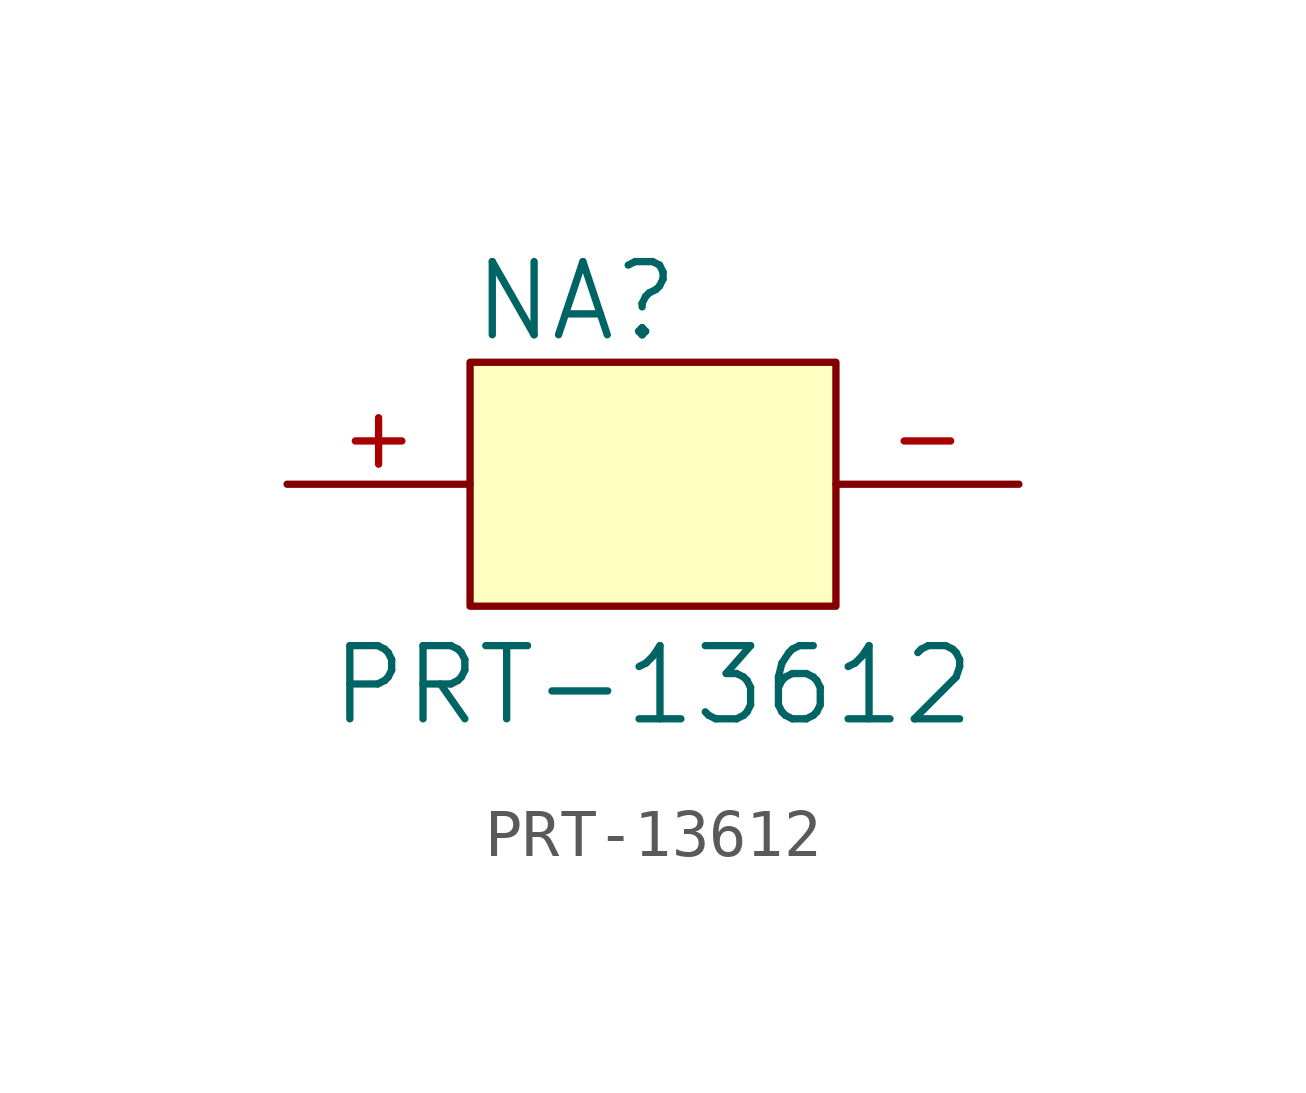
<source format=kicad_sym>
(kicad_symbol_lib
  (version 20220914)
  (generator kicad_symbol_editor)
  (symbol "PRT-13612"
    (pin_names
      (offset 1.016))
    (property "Reference" "NA"
      (at -3.81 3.81 0)
      (effects (font (size 1.524 1.524)) (justify left)))
    (property "Value" "PRT-13612"
      (at 0 -5.08 0)
      (effects (font (size 1.524 1.524)) (justify bottom)))
    (symbol "PRT-13612_0_1"
      (rectangle (start -3.81 2.54) (end 3.81 -2.54) (stroke (width 0) (type default)) (fill (type background))))
    (symbol "PRT-13612_1_1"
      (pin input line (at -7.62 0 0) (length 3.81) (name "~" (effects (font (size 1.27 1.27)))) (number "+" (effects (font (size 1.27 1.27)))))
      (pin input line (at 7.62 0 180) (length 3.81) (name "~" (effects (font (size 1.27 1.27)))) (number "-" (effects (font (size 1.27 1.27))))))))
</source>
